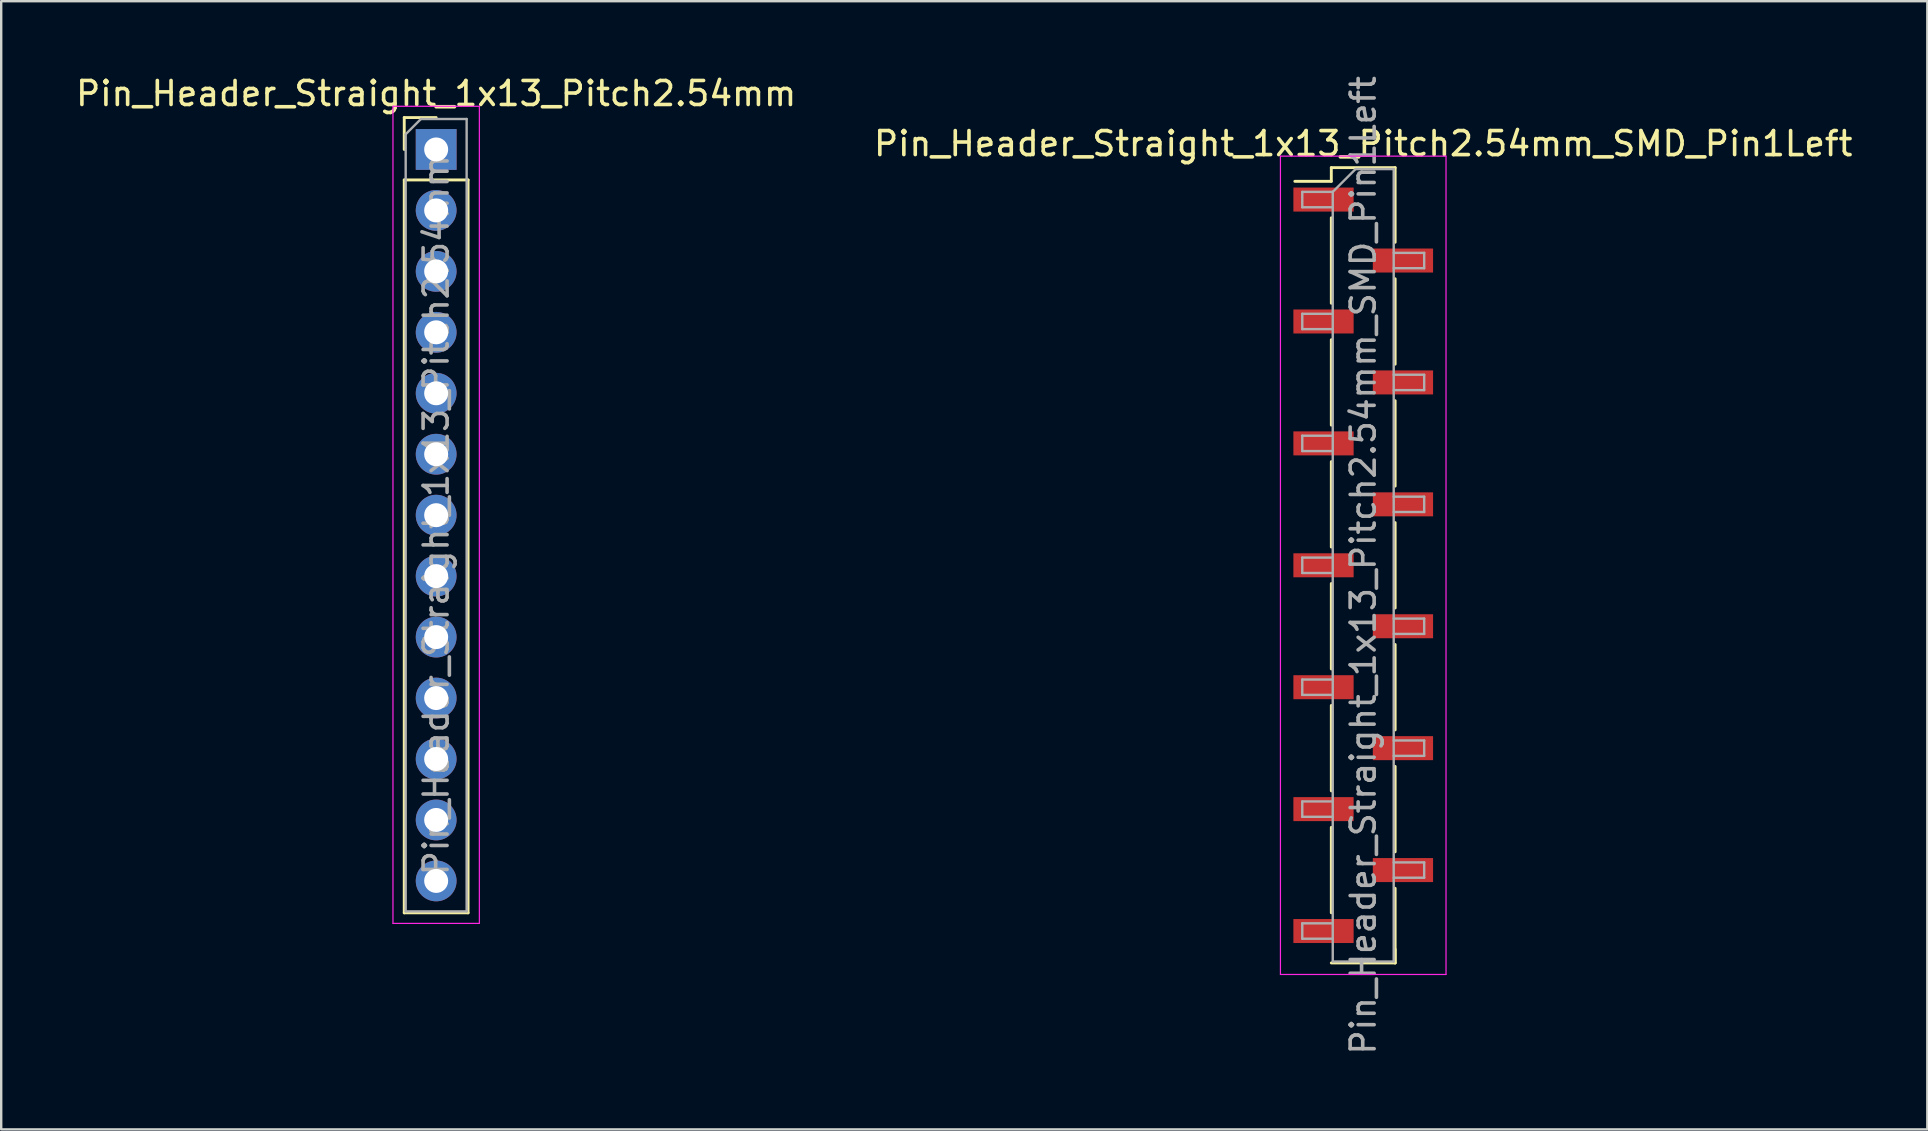
<source format=kicad_pcb>
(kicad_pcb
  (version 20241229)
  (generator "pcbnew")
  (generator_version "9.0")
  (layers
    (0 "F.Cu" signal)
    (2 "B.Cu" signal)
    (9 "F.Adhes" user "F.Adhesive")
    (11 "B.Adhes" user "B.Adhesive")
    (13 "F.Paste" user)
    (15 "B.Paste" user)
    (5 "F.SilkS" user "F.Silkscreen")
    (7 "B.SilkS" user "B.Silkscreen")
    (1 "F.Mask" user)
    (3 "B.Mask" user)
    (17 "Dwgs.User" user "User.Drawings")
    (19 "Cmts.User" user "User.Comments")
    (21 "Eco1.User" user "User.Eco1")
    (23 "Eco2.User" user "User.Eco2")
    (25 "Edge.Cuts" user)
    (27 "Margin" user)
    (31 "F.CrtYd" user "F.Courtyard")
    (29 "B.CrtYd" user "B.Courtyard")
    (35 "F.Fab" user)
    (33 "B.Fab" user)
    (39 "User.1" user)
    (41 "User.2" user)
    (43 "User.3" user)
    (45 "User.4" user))
  (footprint "Pin_Header_Straight_1x13_Pitch2.54mm_SMD_Pin1Left"
    (layer "F.Cu")
    (at 53.756 20.506)
    (property "Reference" "Pin_Header_Straight_1x13_Pitch2.54mm_SMD_Pin1Left" (at 0 -17.57 0) (layer "F.SilkS") (effects (font (size 1 1) (thickness 0.15))))
    (attr smd)
    (fp_line (start -1.33 -16.57) (end -1.33 -16) (stroke (width 0.12) (type solid)) (layer "F.SilkS"))
    (fp_line (start -1.33 -16.57) (end 1.33 -16.57) (stroke (width 0.12) (type solid)) (layer "F.SilkS"))
    (fp_line (start -1.33 -16) (end -2.85 -16) (stroke (width 0.12) (type solid)) (layer "F.SilkS"))
    (fp_line (start -1.33 -14.48) (end -1.33 -10.92) (stroke (width 0.12) (type solid)) (layer "F.SilkS"))
    (fp_line (start -1.33 -9.4) (end -1.33 -5.84) (stroke (width 0.12) (type solid)) (layer "F.SilkS"))
    (fp_line (start -1.33 -4.32) (end -1.33 -0.76) (stroke (width 0.12) (type solid)) (layer "F.SilkS"))
    (fp_line (start -1.33 0.76) (end -1.33 4.32) (stroke (width 0.12) (type solid)) (layer "F.SilkS"))
    (fp_line (start -1.33 5.84) (end -1.33 9.4) (stroke (width 0.12) (type solid)) (layer "F.SilkS"))
    (fp_line (start -1.33 10.92) (end -1.33 14.48) (stroke (width 0.12) (type solid)) (layer "F.SilkS"))
    (fp_line (start -1.33 16.57) (end 1.33 16.57) (stroke (width 0.12) (type solid)) (layer "F.SilkS"))
    (fp_line (start 1.33 -16.57) (end 1.33 -13.46) (stroke (width 0.12) (type solid)) (layer "F.SilkS"))
    (fp_line (start 1.33 -11.94) (end 1.33 -8.38) (stroke (width 0.12) (type solid)) (layer "F.SilkS"))
    (fp_line (start 1.33 -6.86) (end 1.33 -3.3) (stroke (width 0.12) (type solid)) (layer "F.SilkS"))
    (fp_line (start 1.33 -1.78) (end 1.33 1.78) (stroke (width 0.12) (type solid)) (layer "F.SilkS"))
    (fp_line (start 1.33 3.3) (end 1.33 6.86) (stroke (width 0.12) (type solid)) (layer "F.SilkS"))
    (fp_line (start 1.33 8.38) (end 1.33 11.94) (stroke (width 0.12) (type solid)) (layer "F.SilkS"))
    (fp_line (start 1.33 13.46) (end 1.33 16.57) (stroke (width 0.12) (type solid)) (layer "F.SilkS"))
    (fp_line (start 1.33 16) (end 1.33 16.57) (stroke (width 0.12) (type solid)) (layer "F.SilkS"))
    (fp_line (start -3.45 -17.05) (end -3.45 17.05) (stroke (width 0.05) (type solid)) (layer "F.CrtYd"))
    (fp_line (start -3.45 17.05) (end 3.45 17.05) (stroke (width 0.05) (type solid)) (layer "F.CrtYd"))
    (fp_line (start 3.45 -17.05) (end -3.45 -17.05) (stroke (width 0.05) (type solid)) (layer "F.CrtYd"))
    (fp_line (start 3.45 17.05) (end 3.45 -17.05) (stroke (width 0.05) (type solid)) (layer "F.CrtYd"))
    (fp_line (start -2.54 -15.56) (end -2.54 -14.92) (stroke (width 0.1) (type solid)) (layer "F.Fab"))
    (fp_line (start -2.54 -14.92) (end -1.27 -14.92) (stroke (width 0.1) (type solid)) (layer "F.Fab"))
    (fp_line (start -2.54 -10.48) (end -2.54 -9.84) (stroke (width 0.1) (type solid)) (layer "F.Fab"))
    (fp_line (start -2.54 -9.84) (end -1.27 -9.84) (stroke (width 0.1) (type solid)) (layer "F.Fab"))
    (fp_line (start -2.54 -5.4) (end -2.54 -4.76) (stroke (width 0.1) (type solid)) (layer "F.Fab"))
    (fp_line (start -2.54 -4.76) (end -1.27 -4.76) (stroke (width 0.1) (type solid)) (layer "F.Fab"))
    (fp_line (start -2.54 -0.32) (end -2.54 0.32) (stroke (width 0.1) (type solid)) (layer "F.Fab"))
    (fp_line (start -2.54 0.32) (end -1.27 0.32) (stroke (width 0.1) (type solid)) (layer "F.Fab"))
    (fp_line (start -2.54 4.76) (end -2.54 5.4) (stroke (width 0.1) (type solid)) (layer "F.Fab"))
    (fp_line (start -2.54 5.4) (end -1.27 5.4) (stroke (width 0.1) (type solid)) (layer "F.Fab"))
    (fp_line (start -2.54 9.84) (end -2.54 10.48) (stroke (width 0.1) (type solid)) (layer "F.Fab"))
    (fp_line (start -2.54 10.48) (end -1.27 10.48) (stroke (width 0.1) (type solid)) (layer "F.Fab"))
    (fp_line (start -2.54 14.92) (end -2.54 15.56) (stroke (width 0.1) (type solid)) (layer "F.Fab"))
    (fp_line (start -2.54 15.56) (end -1.27 15.56) (stroke (width 0.1) (type solid)) (layer "F.Fab"))
    (fp_line (start -1.27 -15.56) (end -2.54 -15.56) (stroke (width 0.1) (type solid)) (layer "F.Fab"))
    (fp_line (start -1.27 -15.56) (end -0.32 -16.51) (stroke (width 0.1) (type solid)) (layer "F.Fab"))
    (fp_line (start -1.27 -10.48) (end -2.54 -10.48) (stroke (width 0.1) (type solid)) (layer "F.Fab"))
    (fp_line (start -1.27 -5.4) (end -2.54 -5.4) (stroke (width 0.1) (type solid)) (layer "F.Fab"))
    (fp_line (start -1.27 -0.32) (end -2.54 -0.32) (stroke (width 0.1) (type solid)) (layer "F.Fab"))
    (fp_line (start -1.27 4.76) (end -2.54 4.76) (stroke (width 0.1) (type solid)) (layer "F.Fab"))
    (fp_line (start -1.27 9.84) (end -2.54 9.84) (stroke (width 0.1) (type solid)) (layer "F.Fab"))
    (fp_line (start -1.27 14.92) (end -2.54 14.92) (stroke (width 0.1) (type solid)) (layer "F.Fab"))
    (fp_line (start -1.27 16.51) (end -1.27 -15.56) (stroke (width 0.1) (type solid)) (layer "F.Fab"))
    (fp_line (start -0.32 -16.51) (end 1.27 -16.51) (stroke (width 0.1) (type solid)) (layer "F.Fab"))
    (fp_line (start 1.27 -16.51) (end 1.27 16.51) (stroke (width 0.1) (type solid)) (layer "F.Fab"))
    (fp_line (start 1.27 -13.02) (end 2.54 -13.02) (stroke (width 0.1) (type solid)) (layer "F.Fab"))
    (fp_line (start 1.27 -7.94) (end 2.54 -7.94) (stroke (width 0.1) (type solid)) (layer "F.Fab"))
    (fp_line (start 1.27 -2.86) (end 2.54 -2.86) (stroke (width 0.1) (type solid)) (layer "F.Fab"))
    (fp_line (start 1.27 2.22) (end 2.54 2.22) (stroke (width 0.1) (type solid)) (layer "F.Fab"))
    (fp_line (start 1.27 7.3) (end 2.54 7.3) (stroke (width 0.1) (type solid)) (layer "F.Fab"))
    (fp_line (start 1.27 12.38) (end 2.54 12.38) (stroke (width 0.1) (type solid)) (layer "F.Fab"))
    (fp_line (start 1.27 16.51) (end -1.27 16.51) (stroke (width 0.1) (type solid)) (layer "F.Fab"))
    (fp_line (start 2.54 -13.02) (end 2.54 -12.38) (stroke (width 0.1) (type solid)) (layer "F.Fab"))
    (fp_line (start 2.54 -12.38) (end 1.27 -12.38) (stroke (width 0.1) (type solid)) (layer "F.Fab"))
    (fp_line (start 2.54 -7.94) (end 2.54 -7.3) (stroke (width 0.1) (type solid)) (layer "F.Fab"))
    (fp_line (start 2.54 -7.3) (end 1.27 -7.3) (stroke (width 0.1) (type solid)) (layer "F.Fab"))
    (fp_line (start 2.54 -2.86) (end 2.54 -2.22) (stroke (width 0.1) (type solid)) (layer "F.Fab"))
    (fp_line (start 2.54 -2.22) (end 1.27 -2.22) (stroke (width 0.1) (type solid)) (layer "F.Fab"))
    (fp_line (start 2.54 2.22) (end 2.54 2.86) (stroke (width 0.1) (type solid)) (layer "F.Fab"))
    (fp_line (start 2.54 2.86) (end 1.27 2.86) (stroke (width 0.1) (type solid)) (layer "F.Fab"))
    (fp_line (start 2.54 7.3) (end 2.54 7.94) (stroke (width 0.1) (type solid)) (layer "F.Fab"))
    (fp_line (start 2.54 7.94) (end 1.27 7.94) (stroke (width 0.1) (type solid)) (layer "F.Fab"))
    (fp_line (start 2.54 12.38) (end 2.54 13.02) (stroke (width 0.1) (type solid)) (layer "F.Fab"))
    (fp_line (start 2.54 13.02) (end 1.27 13.02) (stroke (width 0.1) (type solid)) (layer "F.Fab"))
    (fp_text user "${REFERENCE}" (at 0 0 90) (layer "F.Fab") (effects (font (size 1 1) (thickness 0.15))))
    (pad "1" smd rect (at -1.655 -15.24) (size 2.51 1) (layers "F.Cu" "F.Mask" "F.Paste"))
    (pad "2" smd rect (at 1.655 -12.7) (size 2.51 1) (layers "F.Cu" "F.Mask" "F.Paste"))
    (pad "3" smd rect (at -1.655 -10.16) (size 2.51 1) (layers "F.Cu" "F.Mask" "F.Paste"))
    (pad "4" smd rect (at 1.655 -7.62) (size 2.51 1) (layers "F.Cu" "F.Mask" "F.Paste"))
    (pad "5" smd rect (at -1.655 -5.08) (size 2.51 1) (layers "F.Cu" "F.Mask" "F.Paste"))
    (pad "6" smd rect (at 1.655 -2.54) (size 2.51 1) (layers "F.Cu" "F.Mask" "F.Paste"))
    (pad "7" smd rect (at -1.655 0) (size 2.51 1) (layers "F.Cu" "F.Mask" "F.Paste"))
    (pad "8" smd rect (at 1.655 2.54) (size 2.51 1) (layers "F.Cu" "F.Mask" "F.Paste"))
    (pad "9" smd rect (at -1.655 5.08) (size 2.51 1) (layers "F.Cu" "F.Mask" "F.Paste"))
    (pad "10" smd rect (at 1.655 7.62) (size 2.51 1) (layers "F.Cu" "F.Mask" "F.Paste"))
    (pad "11" smd rect (at -1.655 10.16) (size 2.51 1) (layers "F.Cu" "F.Mask" "F.Paste"))
    (pad "12" smd rect (at 1.655 12.7) (size 2.51 1) (layers "F.Cu" "F.Mask" "F.Paste"))
    (pad "13" smd rect (at -1.655 15.24) (size 2.51 1) (layers "F.Cu" "F.Mask" "F.Paste")))
  (footprint "Pin_Header_Straight_1x13_Pitch2.54mm"
    (layer "F.Cu")
    (at 15.125 3.178)
    (property "Reference" "Pin_Header_Straight_1x13_Pitch2.54mm" (at 0 -2.33 0) (layer "F.SilkS") (effects (font (size 1 1) (thickness 0.15))))
    (attr through_hole)
    (fp_line (start -1.33 -1.33) (end 0 -1.33) (stroke (width 0.12) (type solid)) (layer "F.SilkS"))
    (fp_line (start -1.33 0) (end -1.33 -1.33) (stroke (width 0.12) (type solid)) (layer "F.SilkS"))
    (fp_line (start -1.33 1.27) (end -1.33 31.81) (stroke (width 0.12) (type solid)) (layer "F.SilkS"))
    (fp_line (start -1.33 1.27) (end 1.33 1.27) (stroke (width 0.12) (type solid)) (layer "F.SilkS"))
    (fp_line (start -1.33 31.81) (end 1.33 31.81) (stroke (width 0.12) (type solid)) (layer "F.SilkS"))
    (fp_line (start 1.33 1.27) (end 1.33 31.81) (stroke (width 0.12) (type solid)) (layer "F.SilkS"))
    (fp_line (start -1.8 -1.8) (end -1.8 32.25) (stroke (width 0.05) (type solid)) (layer "F.CrtYd"))
    (fp_line (start -1.8 32.25) (end 1.8 32.25) (stroke (width 0.05) (type solid)) (layer "F.CrtYd"))
    (fp_line (start 1.8 -1.8) (end -1.8 -1.8) (stroke (width 0.05) (type solid)) (layer "F.CrtYd"))
    (fp_line (start 1.8 32.25) (end 1.8 -1.8) (stroke (width 0.05) (type solid)) (layer "F.CrtYd"))
    (fp_line (start -1.27 -0.635) (end -0.635 -1.27) (stroke (width 0.1) (type solid)) (layer "F.Fab"))
    (fp_line (start -1.27 31.75) (end -1.27 -0.635) (stroke (width 0.1) (type solid)) (layer "F.Fab"))
    (fp_line (start -0.635 -1.27) (end 1.27 -1.27) (stroke (width 0.1) (type solid)) (layer "F.Fab"))
    (fp_line (start 1.27 -1.27) (end 1.27 31.75) (stroke (width 0.1) (type solid)) (layer "F.Fab"))
    (fp_line (start 1.27 31.75) (end -1.27 31.75) (stroke (width 0.1) (type solid)) (layer "F.Fab"))
    (fp_text user "${REFERENCE}" (at 0 15.24 90) (layer "F.Fab") (effects (font (size 1 1) (thickness 0.15))))
    (pad "1" thru_hole rect (at 0 0) (size 1.7 1.7) (drill 1) (layers "*.Cu" "*.Mask"))
    (pad "2" thru_hole oval (at 0 2.54) (size 1.7 1.7) (drill 1) (layers "*.Cu" "*.Mask"))
    (pad "3" thru_hole oval (at 0 5.08) (size 1.7 1.7) (drill 1) (layers "*.Cu" "*.Mask"))
    (pad "4" thru_hole oval (at 0 7.62) (size 1.7 1.7) (drill 1) (layers "*.Cu" "*.Mask"))
    (pad "5" thru_hole oval (at 0 10.16) (size 1.7 1.7) (drill 1) (layers "*.Cu" "*.Mask"))
    (pad "6" thru_hole oval (at 0 12.7) (size 1.7 1.7) (drill 1) (layers "*.Cu" "*.Mask"))
    (pad "7" thru_hole oval (at 0 15.24) (size 1.7 1.7) (drill 1) (layers "*.Cu" "*.Mask"))
    (pad "8" thru_hole oval (at 0 17.78) (size 1.7 1.7) (drill 1) (layers "*.Cu" "*.Mask"))
    (pad "9" thru_hole oval (at 0 20.32) (size 1.7 1.7) (drill 1) (layers "*.Cu" "*.Mask"))
    (pad "10" thru_hole oval (at 0 22.86) (size 1.7 1.7) (drill 1) (layers "*.Cu" "*.Mask"))
    (pad "11" thru_hole oval (at 0 25.4) (size 1.7 1.7) (drill 1) (layers "*.Cu" "*.Mask"))
    (pad "12" thru_hole oval (at 0 27.94) (size 1.7 1.7) (drill 1) (layers "*.Cu" "*.Mask"))
    (pad "13" thru_hole oval (at 0 30.48) (size 1.7 1.7) (drill 1) (layers "*.Cu" "*.Mask")))
  (gr_rect
    (start -3 -3)
    (end 77.262 44.012)
    (stroke (width 0.1) (type default))
    (fill no)
    (layer "Edge.Cuts")))
</source>
